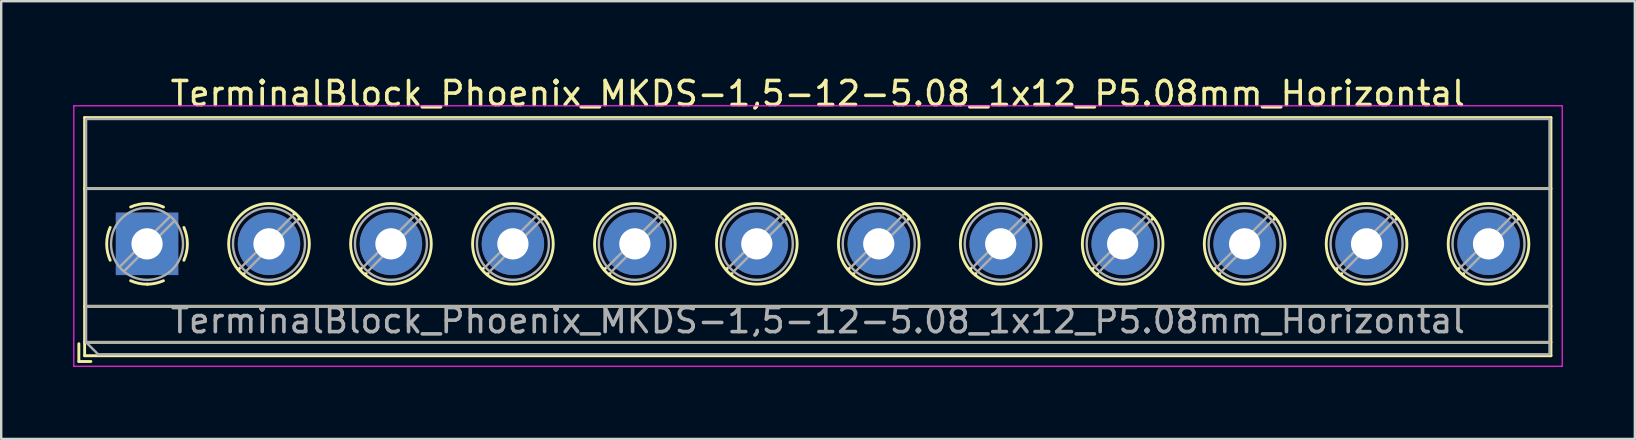
<source format=kicad_pcb>
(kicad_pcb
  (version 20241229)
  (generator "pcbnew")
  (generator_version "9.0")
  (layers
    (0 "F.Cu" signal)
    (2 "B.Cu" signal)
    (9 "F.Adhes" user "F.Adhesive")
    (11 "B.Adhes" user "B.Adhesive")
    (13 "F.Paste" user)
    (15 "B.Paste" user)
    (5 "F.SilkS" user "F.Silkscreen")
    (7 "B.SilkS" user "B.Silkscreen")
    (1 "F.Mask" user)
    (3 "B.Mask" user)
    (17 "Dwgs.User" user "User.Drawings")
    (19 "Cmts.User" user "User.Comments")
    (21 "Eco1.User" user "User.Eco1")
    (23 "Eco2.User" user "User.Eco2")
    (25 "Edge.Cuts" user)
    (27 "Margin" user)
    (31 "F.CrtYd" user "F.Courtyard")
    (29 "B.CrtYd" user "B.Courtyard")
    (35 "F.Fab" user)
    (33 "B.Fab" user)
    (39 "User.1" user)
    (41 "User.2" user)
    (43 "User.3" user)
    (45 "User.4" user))
  (footprint "TerminalBlock_Phoenix_MKDS-1,5-12-5.08_1x12_P5.08mm_Horizontal"
    (layer "F.Cu")
    (at 3.075 7.108)
    (property "Reference" "TerminalBlock_Phoenix_MKDS-1,5-12-5.08_1x12_P5.08mm_Horizontal" (at 27.94 -6.26 0) (layer "F.SilkS") (effects (font (size 1 1) (thickness 0.15))))
    (attr through_hole)
    (fp_line (start -2.84 4.16) (end -2.84 4.9) (stroke (width 0.12) (type solid)) (layer "F.SilkS"))
    (fp_line (start -2.84 4.9) (end -2.34 4.9) (stroke (width 0.12) (type solid)) (layer "F.SilkS"))
    (fp_line (start -2.6 -5.261) (end -2.6 4.66) (stroke (width 0.12) (type solid)) (layer "F.SilkS"))
    (fp_line (start -2.6 -5.261) (end 58.48 -5.261) (stroke (width 0.12) (type solid)) (layer "F.SilkS"))
    (fp_line (start -2.6 -2.301) (end 58.48 -2.301) (stroke (width 0.12) (type solid)) (layer "F.SilkS"))
    (fp_line (start -2.6 2.6) (end 58.48 2.6) (stroke (width 0.12) (type solid)) (layer "F.SilkS"))
    (fp_line (start -2.6 4.1) (end 58.48 4.1) (stroke (width 0.12) (type solid)) (layer "F.SilkS"))
    (fp_line (start -2.6 4.66) (end 58.48 4.66) (stroke (width 0.12) (type solid)) (layer "F.SilkS"))
    (fp_line (start 3.853 1.023) (end 3.806 1.069) (stroke (width 0.12) (type solid)) (layer "F.SilkS"))
    (fp_line (start 4.046 1.239) (end 4.011 1.274) (stroke (width 0.12) (type solid)) (layer "F.SilkS"))
    (fp_line (start 6.15 -1.275) (end 6.115 -1.239) (stroke (width 0.12) (type solid)) (layer "F.SilkS"))
    (fp_line (start 6.355 -1.069) (end 6.308 -1.023) (stroke (width 0.12) (type solid)) (layer "F.SilkS"))
    (fp_line (start 8.933 1.023) (end 8.886 1.069) (stroke (width 0.12) (type solid)) (layer "F.SilkS"))
    (fp_line (start 9.126 1.239) (end 9.091 1.274) (stroke (width 0.12) (type solid)) (layer "F.SilkS"))
    (fp_line (start 11.23 -1.275) (end 11.195 -1.239) (stroke (width 0.12) (type solid)) (layer "F.SilkS"))
    (fp_line (start 11.435 -1.069) (end 11.388 -1.023) (stroke (width 0.12) (type solid)) (layer "F.SilkS"))
    (fp_line (start 14.013 1.023) (end 13.966 1.069) (stroke (width 0.12) (type solid)) (layer "F.SilkS"))
    (fp_line (start 14.206 1.239) (end 14.171 1.274) (stroke (width 0.12) (type solid)) (layer "F.SilkS"))
    (fp_line (start 16.31 -1.275) (end 16.275 -1.239) (stroke (width 0.12) (type solid)) (layer "F.SilkS"))
    (fp_line (start 16.515 -1.069) (end 16.468 -1.023) (stroke (width 0.12) (type solid)) (layer "F.SilkS"))
    (fp_line (start 19.093 1.023) (end 19.046 1.069) (stroke (width 0.12) (type solid)) (layer "F.SilkS"))
    (fp_line (start 19.286 1.239) (end 19.251 1.274) (stroke (width 0.12) (type solid)) (layer "F.SilkS"))
    (fp_line (start 21.39 -1.275) (end 21.355 -1.239) (stroke (width 0.12) (type solid)) (layer "F.SilkS"))
    (fp_line (start 21.595 -1.069) (end 21.548 -1.023) (stroke (width 0.12) (type solid)) (layer "F.SilkS"))
    (fp_line (start 24.173 1.023) (end 24.126 1.069) (stroke (width 0.12) (type solid)) (layer "F.SilkS"))
    (fp_line (start 24.366 1.239) (end 24.331 1.274) (stroke (width 0.12) (type solid)) (layer "F.SilkS"))
    (fp_line (start 26.47 -1.275) (end 26.435 -1.239) (stroke (width 0.12) (type solid)) (layer "F.SilkS"))
    (fp_line (start 26.675 -1.069) (end 26.628 -1.023) (stroke (width 0.12) (type solid)) (layer "F.SilkS"))
    (fp_line (start 29.253 1.023) (end 29.206 1.069) (stroke (width 0.12) (type solid)) (layer "F.SilkS"))
    (fp_line (start 29.446 1.239) (end 29.411 1.274) (stroke (width 0.12) (type solid)) (layer "F.SilkS"))
    (fp_line (start 31.55 -1.275) (end 31.515 -1.239) (stroke (width 0.12) (type solid)) (layer "F.SilkS"))
    (fp_line (start 31.755 -1.069) (end 31.708 -1.023) (stroke (width 0.12) (type solid)) (layer "F.SilkS"))
    (fp_line (start 34.333 1.023) (end 34.286 1.069) (stroke (width 0.12) (type solid)) (layer "F.SilkS"))
    (fp_line (start 34.526 1.239) (end 34.491 1.274) (stroke (width 0.12) (type solid)) (layer "F.SilkS"))
    (fp_line (start 36.63 -1.275) (end 36.595 -1.239) (stroke (width 0.12) (type solid)) (layer "F.SilkS"))
    (fp_line (start 36.835 -1.069) (end 36.788 -1.023) (stroke (width 0.12) (type solid)) (layer "F.SilkS"))
    (fp_line (start 39.413 1.023) (end 39.366 1.069) (stroke (width 0.12) (type solid)) (layer "F.SilkS"))
    (fp_line (start 39.606 1.239) (end 39.571 1.274) (stroke (width 0.12) (type solid)) (layer "F.SilkS"))
    (fp_line (start 41.71 -1.275) (end 41.675 -1.239) (stroke (width 0.12) (type solid)) (layer "F.SilkS"))
    (fp_line (start 41.915 -1.069) (end 41.868 -1.023) (stroke (width 0.12) (type solid)) (layer "F.SilkS"))
    (fp_line (start 44.493 1.023) (end 44.446 1.069) (stroke (width 0.12) (type solid)) (layer "F.SilkS"))
    (fp_line (start 44.686 1.239) (end 44.651 1.274) (stroke (width 0.12) (type solid)) (layer "F.SilkS"))
    (fp_line (start 46.79 -1.275) (end 46.755 -1.239) (stroke (width 0.12) (type solid)) (layer "F.SilkS"))
    (fp_line (start 46.995 -1.069) (end 46.948 -1.023) (stroke (width 0.12) (type solid)) (layer "F.SilkS"))
    (fp_line (start 49.573 1.023) (end 49.526 1.069) (stroke (width 0.12) (type solid)) (layer "F.SilkS"))
    (fp_line (start 49.766 1.239) (end 49.731 1.274) (stroke (width 0.12) (type solid)) (layer "F.SilkS"))
    (fp_line (start 51.87 -1.275) (end 51.835 -1.239) (stroke (width 0.12) (type solid)) (layer "F.SilkS"))
    (fp_line (start 52.075 -1.069) (end 52.028 -1.023) (stroke (width 0.12) (type solid)) (layer "F.SilkS"))
    (fp_line (start 54.653 1.023) (end 54.606 1.069) (stroke (width 0.12) (type solid)) (layer "F.SilkS"))
    (fp_line (start 54.846 1.239) (end 54.811 1.274) (stroke (width 0.12) (type solid)) (layer "F.SilkS"))
    (fp_line (start 56.95 -1.275) (end 56.915 -1.239) (stroke (width 0.12) (type solid)) (layer "F.SilkS"))
    (fp_line (start 57.155 -1.069) (end 57.108 -1.023) (stroke (width 0.12) (type solid)) (layer "F.SilkS"))
    (fp_line (start 58.48 -5.261) (end 58.48 4.66) (stroke (width 0.12) (type solid)) (layer "F.SilkS"))
    (fp_arc (start -1.535427 0.683042) (mid -1.680501 -0.000524) (end -1.535 -0.684) (stroke (width 0.12) (type solid)) (layer "F.SilkS"))
    (fp_arc (start -0.683042 -1.535427) (mid 0.000524 -1.680501) (end 0.684 -1.535) (stroke (width 0.12) (type solid)) (layer "F.SilkS"))
    (fp_arc (start 0.028805 1.680253) (mid -0.335551 1.646659) (end -0.684 1.535) (stroke (width 0.12) (type solid)) (layer "F.SilkS"))
    (fp_arc (start 0.683318 1.534756) (mid 0.349292 1.643288) (end 0 1.68) (stroke (width 0.12) (type solid)) (layer "F.SilkS"))
    (fp_arc (start 1.535427 -0.683042) (mid 1.680501 0.000524) (end 1.535 0.684) (stroke (width 0.12) (type solid)) (layer "F.SilkS"))
    (fp_circle (center 5.08 0) (end 6.76 0) (stroke (width 0.12) (type solid)) (fill no) (layer "F.SilkS"))
    (fp_circle (center 10.16 0) (end 11.84 0) (stroke (width 0.12) (type solid)) (fill no) (layer "F.SilkS"))
    (fp_circle (center 15.24 0) (end 16.92 0) (stroke (width 0.12) (type solid)) (fill no) (layer "F.SilkS"))
    (fp_circle (center 20.32 0) (end 22 0) (stroke (width 0.12) (type solid)) (fill no) (layer "F.SilkS"))
    (fp_circle (center 25.4 0) (end 27.08 0) (stroke (width 0.12) (type solid)) (fill no) (layer "F.SilkS"))
    (fp_circle (center 30.48 0) (end 32.16 0) (stroke (width 0.12) (type solid)) (fill no) (layer "F.SilkS"))
    (fp_circle (center 35.56 0) (end 37.24 0) (stroke (width 0.12) (type solid)) (fill no) (layer "F.SilkS"))
    (fp_circle (center 40.64 0) (end 42.32 0) (stroke (width 0.12) (type solid)) (fill no) (layer "F.SilkS"))
    (fp_circle (center 45.72 0) (end 47.4 0) (stroke (width 0.12) (type solid)) (fill no) (layer "F.SilkS"))
    (fp_circle (center 50.8 0) (end 52.48 0) (stroke (width 0.12) (type solid)) (fill no) (layer "F.SilkS"))
    (fp_circle (center 55.88 0) (end 57.56 0) (stroke (width 0.12) (type solid)) (fill no) (layer "F.SilkS"))
    (fp_line (start -3.05 -5.75) (end -3.05 5.1) (stroke (width 0.05) (type solid)) (layer "F.CrtYd"))
    (fp_line (start -3.05 5.1) (end 58.95 5.1) (stroke (width 0.05) (type solid)) (layer "F.CrtYd"))
    (fp_line (start 58.95 -5.75) (end -3.05 -5.75) (stroke (width 0.05) (type solid)) (layer "F.CrtYd"))
    (fp_line (start 58.95 5.1) (end 58.95 -5.75) (stroke (width 0.05) (type solid)) (layer "F.CrtYd"))
    (fp_line (start -2.54 -5.2) (end 58.42 -5.2) (stroke (width 0.1) (type solid)) (layer "F.Fab"))
    (fp_line (start -2.54 -2.3) (end 58.42 -2.3) (stroke (width 0.1) (type solid)) (layer "F.Fab"))
    (fp_line (start -2.54 2.6) (end 58.42 2.6) (stroke (width 0.1) (type solid)) (layer "F.Fab"))
    (fp_line (start -2.54 4.1) (end -2.54 -5.2) (stroke (width 0.1) (type solid)) (layer "F.Fab"))
    (fp_line (start -2.54 4.1) (end 58.42 4.1) (stroke (width 0.1) (type solid)) (layer "F.Fab"))
    (fp_line (start -2.04 4.6) (end -2.54 4.1) (stroke (width 0.1) (type solid)) (layer "F.Fab"))
    (fp_line (start 0.955 -1.138) (end -1.138 0.955) (stroke (width 0.1) (type solid)) (layer "F.Fab"))
    (fp_line (start 1.138 -0.955) (end -0.955 1.138) (stroke (width 0.1) (type solid)) (layer "F.Fab"))
    (fp_line (start 6.035 -1.138) (end 3.943 0.955) (stroke (width 0.1) (type solid)) (layer "F.Fab"))
    (fp_line (start 6.218 -0.955) (end 4.126 1.138) (stroke (width 0.1) (type solid)) (layer "F.Fab"))
    (fp_line (start 11.115 -1.138) (end 9.023 0.955) (stroke (width 0.1) (type solid)) (layer "F.Fab"))
    (fp_line (start 11.298 -0.955) (end 9.206 1.138) (stroke (width 0.1) (type solid)) (layer "F.Fab"))
    (fp_line (start 16.195 -1.138) (end 14.103 0.955) (stroke (width 0.1) (type solid)) (layer "F.Fab"))
    (fp_line (start 16.378 -0.955) (end 14.286 1.138) (stroke (width 0.1) (type solid)) (layer "F.Fab"))
    (fp_line (start 21.275 -1.138) (end 19.183 0.955) (stroke (width 0.1) (type solid)) (layer "F.Fab"))
    (fp_line (start 21.458 -0.955) (end 19.366 1.138) (stroke (width 0.1) (type solid)) (layer "F.Fab"))
    (fp_line (start 26.355 -1.138) (end 24.263 0.955) (stroke (width 0.1) (type solid)) (layer "F.Fab"))
    (fp_line (start 26.538 -0.955) (end 24.446 1.138) (stroke (width 0.1) (type solid)) (layer "F.Fab"))
    (fp_line (start 31.435 -1.138) (end 29.343 0.955) (stroke (width 0.1) (type solid)) (layer "F.Fab"))
    (fp_line (start 31.618 -0.955) (end 29.526 1.138) (stroke (width 0.1) (type solid)) (layer "F.Fab"))
    (fp_line (start 36.515 -1.138) (end 34.423 0.955) (stroke (width 0.1) (type solid)) (layer "F.Fab"))
    (fp_line (start 36.698 -0.955) (end 34.606 1.138) (stroke (width 0.1) (type solid)) (layer "F.Fab"))
    (fp_line (start 41.595 -1.138) (end 39.503 0.955) (stroke (width 0.1) (type solid)) (layer "F.Fab"))
    (fp_line (start 41.778 -0.955) (end 39.686 1.138) (stroke (width 0.1) (type solid)) (layer "F.Fab"))
    (fp_line (start 46.675 -1.138) (end 44.583 0.955) (stroke (width 0.1) (type solid)) (layer "F.Fab"))
    (fp_line (start 46.858 -0.955) (end 44.766 1.138) (stroke (width 0.1) (type solid)) (layer "F.Fab"))
    (fp_line (start 51.755 -1.138) (end 49.663 0.955) (stroke (width 0.1) (type solid)) (layer "F.Fab"))
    (fp_line (start 51.938 -0.955) (end 49.846 1.138) (stroke (width 0.1) (type solid)) (layer "F.Fab"))
    (fp_line (start 56.835 -1.138) (end 54.743 0.955) (stroke (width 0.1) (type solid)) (layer "F.Fab"))
    (fp_line (start 57.018 -0.955) (end 54.926 1.138) (stroke (width 0.1) (type solid)) (layer "F.Fab"))
    (fp_line (start 58.42 -5.2) (end 58.42 4.6) (stroke (width 0.1) (type solid)) (layer "F.Fab"))
    (fp_line (start 58.42 4.6) (end -2.04 4.6) (stroke (width 0.1) (type solid)) (layer "F.Fab"))
    (fp_circle (center 0 0) (end 1.5 0) (stroke (width 0.1) (type solid)) (fill no) (layer "F.Fab"))
    (fp_circle (center 5.08 0) (end 6.58 0) (stroke (width 0.1) (type solid)) (fill no) (layer "F.Fab"))
    (fp_circle (center 10.16 0) (end 11.66 0) (stroke (width 0.1) (type solid)) (fill no) (layer "F.Fab"))
    (fp_circle (center 15.24 0) (end 16.74 0) (stroke (width 0.1) (type solid)) (fill no) (layer "F.Fab"))
    (fp_circle (center 20.32 0) (end 21.82 0) (stroke (width 0.1) (type solid)) (fill no) (layer "F.Fab"))
    (fp_circle (center 25.4 0) (end 26.9 0) (stroke (width 0.1) (type solid)) (fill no) (layer "F.Fab"))
    (fp_circle (center 30.48 0) (end 31.98 0) (stroke (width 0.1) (type solid)) (fill no) (layer "F.Fab"))
    (fp_circle (center 35.56 0) (end 37.06 0) (stroke (width 0.1) (type solid)) (fill no) (layer "F.Fab"))
    (fp_circle (center 40.64 0) (end 42.14 0) (stroke (width 0.1) (type solid)) (fill no) (layer "F.Fab"))
    (fp_circle (center 45.72 0) (end 47.22 0) (stroke (width 0.1) (type solid)) (fill no) (layer "F.Fab"))
    (fp_circle (center 50.8 0) (end 52.3 0) (stroke (width 0.1) (type solid)) (fill no) (layer "F.Fab"))
    (fp_circle (center 55.88 0) (end 57.38 0) (stroke (width 0.1) (type solid)) (fill no) (layer "F.Fab"))
    (fp_text user "${REFERENCE}" (at 27.94 3.2 0) (layer "F.Fab") (effects (font (size 1 1) (thickness 0.15))))
    (pad "1" thru_hole rect (at 0 0) (size 2.6 2.6) (drill 1.3) (layers "*.Cu" "*.Mask"))
    (pad "2" thru_hole circle (at 5.08 0) (size 2.6 2.6) (drill 1.3) (layers "*.Cu" "*.Mask"))
    (pad "3" thru_hole circle (at 10.16 0) (size 2.6 2.6) (drill 1.3) (layers "*.Cu" "*.Mask"))
    (pad "4" thru_hole circle (at 15.24 0) (size 2.6 2.6) (drill 1.3) (layers "*.Cu" "*.Mask"))
    (pad "5" thru_hole circle (at 20.32 0) (size 2.6 2.6) (drill 1.3) (layers "*.Cu" "*.Mask"))
    (pad "6" thru_hole circle (at 25.4 0) (size 2.6 2.6) (drill 1.3) (layers "*.Cu" "*.Mask"))
    (pad "7" thru_hole circle (at 30.48 0) (size 2.6 2.6) (drill 1.3) (layers "*.Cu" "*.Mask"))
    (pad "8" thru_hole circle (at 35.56 0) (size 2.6 2.6) (drill 1.3) (layers "*.Cu" "*.Mask"))
    (pad "9" thru_hole circle (at 40.64 0) (size 2.6 2.6) (drill 1.3) (layers "*.Cu" "*.Mask"))
    (pad "10" thru_hole circle (at 45.72 0) (size 2.6 2.6) (drill 1.3) (layers "*.Cu" "*.Mask"))
    (pad "11" thru_hole circle (at 50.8 0) (size 2.6 2.6) (drill 1.3) (layers "*.Cu" "*.Mask"))
    (pad "12" thru_hole circle (at 55.88 0) (size 2.6 2.6) (drill 1.3) (layers "*.Cu" "*.Mask")))
  (gr_rect
    (start -3 -3)
    (end 65.05 15.233)
    (stroke (width 0.1) (type default))
    (fill no)
    (layer "Edge.Cuts")))
</source>
